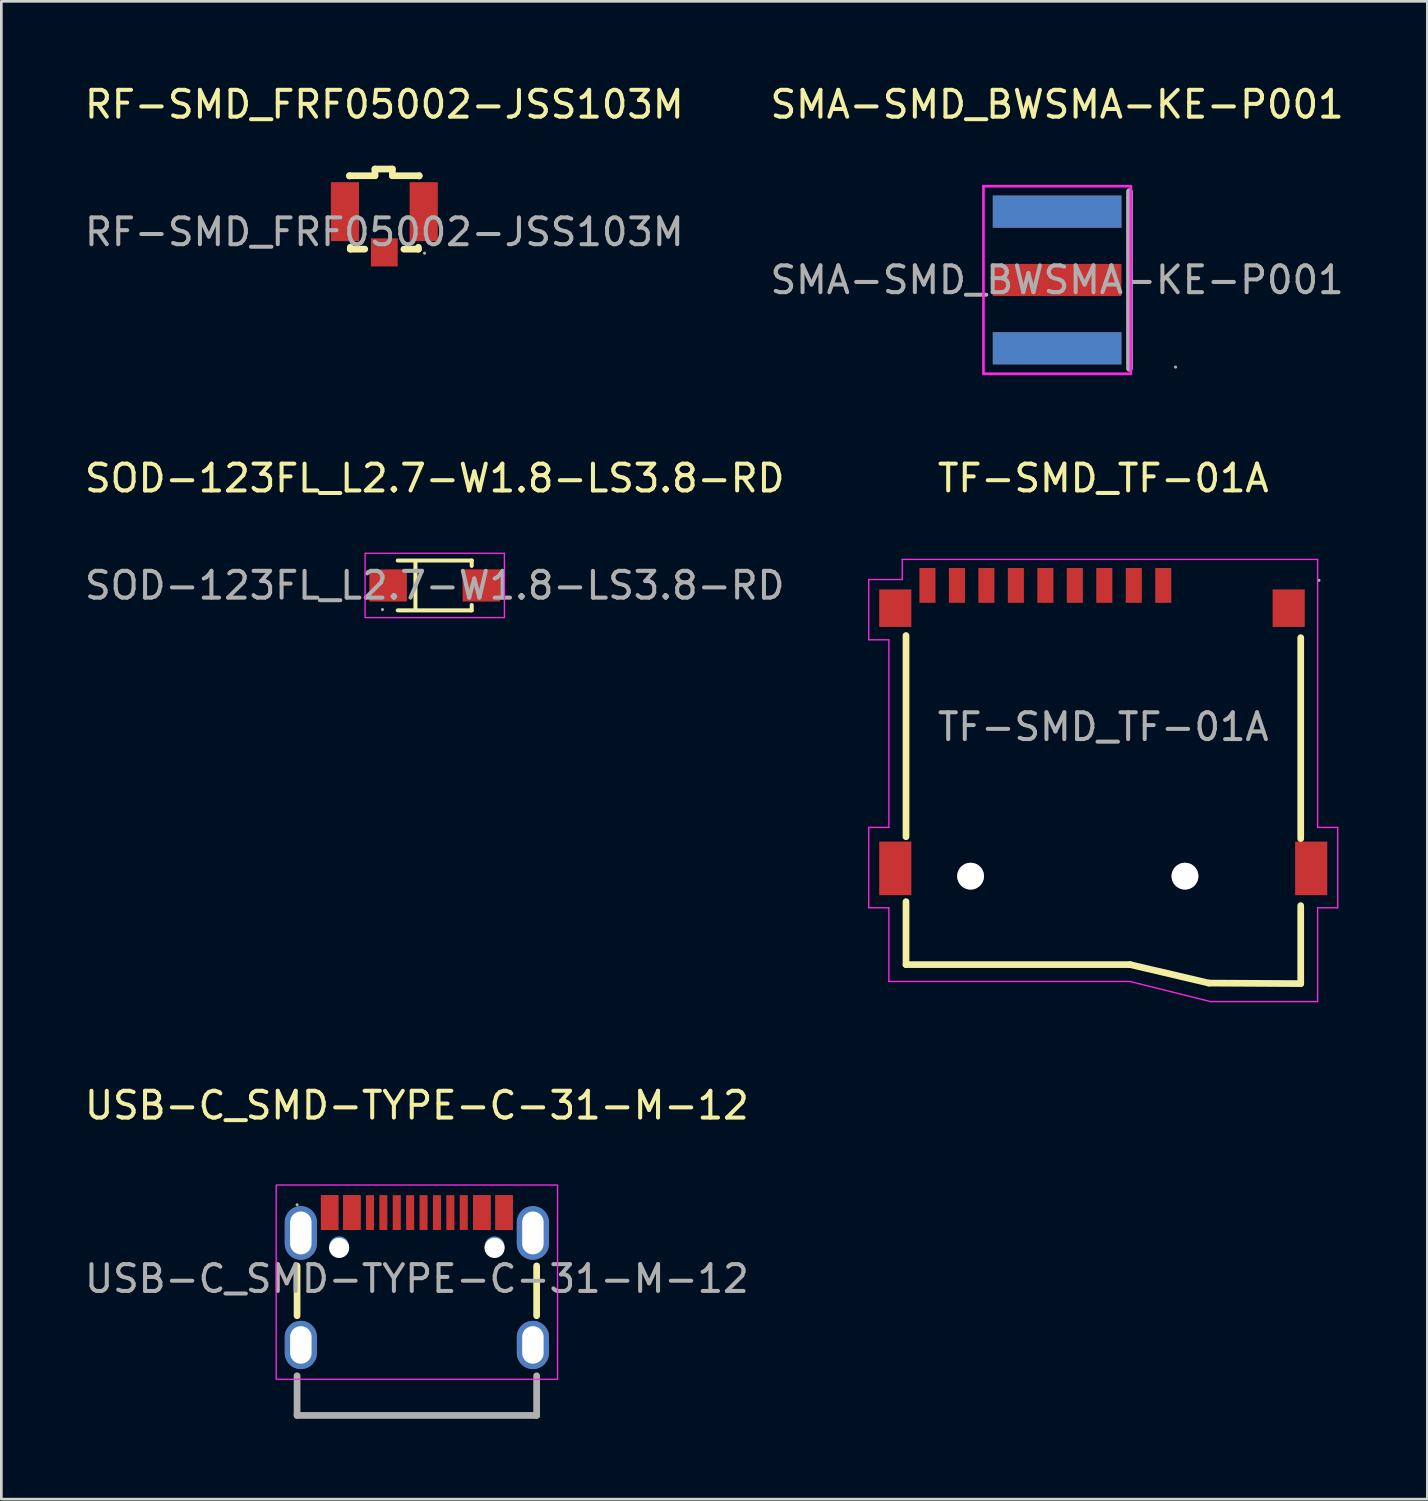
<source format=kicad_pcb>
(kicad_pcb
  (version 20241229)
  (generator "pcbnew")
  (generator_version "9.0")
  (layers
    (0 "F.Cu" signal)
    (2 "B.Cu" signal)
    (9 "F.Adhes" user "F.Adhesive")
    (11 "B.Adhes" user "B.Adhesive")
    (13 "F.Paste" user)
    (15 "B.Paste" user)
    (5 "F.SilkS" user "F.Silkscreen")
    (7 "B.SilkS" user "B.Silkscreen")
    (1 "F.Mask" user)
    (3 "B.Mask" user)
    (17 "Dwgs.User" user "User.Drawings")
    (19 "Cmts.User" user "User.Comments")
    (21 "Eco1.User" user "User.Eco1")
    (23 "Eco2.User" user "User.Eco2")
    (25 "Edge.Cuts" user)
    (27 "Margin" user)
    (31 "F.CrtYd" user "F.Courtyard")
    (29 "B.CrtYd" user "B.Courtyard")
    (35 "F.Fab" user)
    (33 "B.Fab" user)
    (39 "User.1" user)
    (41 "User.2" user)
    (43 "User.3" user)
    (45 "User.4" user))
  (footprint "SOD-123FL_L2.7-W1.8-LS3.8-RD"
    (layer "F.Cu")
    (at 13.173 18.797)
    (property "Reference" "SOD-123FL_L2.7-W1.8-LS3.8-RD" (at 0 -4 0) (layer "F.SilkS") (effects (font (size 1 1) (thickness 0.15))))
    (attr smd)
    (fp_line (start -1.38 -0.93) (end 1.38 -0.93) (stroke (width 0.15) (type solid)) (layer "F.SilkS"))
    (fp_line (start -1.38 0.93) (end 1.38 0.93) (stroke (width 0.15) (type solid)) (layer "F.SilkS"))
    (fp_line (start -0.72 -0.88) (end -0.72 0.88) (stroke (width 0.15) (type solid)) (layer "F.SilkS"))
    (fp_line (start 1.38 -0.93) (end 1.38 -0.73) (stroke (width 0.15) (type solid)) (layer "F.SilkS"))
    (fp_line (start 1.38 0.93) (end 1.38 0.73) (stroke (width 0.15) (type solid)) (layer "F.SilkS"))
    (fp_rect (start -2.6 -1.2) (end 2.6 1.2) (stroke (width 0.05) (type default)) (fill no) (layer "F.CrtYd"))
    (fp_circle (center -1.95 0.9) (end -1.92 0.9) (stroke (width 0.06) (type solid)) (fill no) (layer "F.Fab"))
    (fp_text user "${REFERENCE}" (at 0 0 0) (layer "F.Fab") (effects (font (size 1 1) (thickness 0.15))))
    (pad "1" smd rect (at -1.74 0) (size 1.4 1.2) (layers "F.Cu" "F.Mask" "F.Paste"))
    (pad "2" smd rect (at 1.74 0) (size 1.4 1.2) (layers "F.Cu" "F.Mask" "F.Paste")))
  (footprint "TF-SMD_TF-01A"
    (layer "F.Cu")
    (at 38.12 24.076)
    (property "Reference" "TF-SMD_TF-01A" (at 0 -9.28 0) (layer "F.SilkS") (effects (font (size 1 1) (thickness 0.15))))
    (attr smd)
    (fp_line (start -7.36 -3.41) (end -7.36 4.1) (stroke (width 0.25) (type solid)) (layer "F.SilkS"))
    (fp_line (start -7.36 6.52) (end -7.36 8.87) (stroke (width 0.25) (type solid)) (layer "F.SilkS"))
    (fp_line (start -7.36 8.87) (end 1 8.87) (stroke (width 0.25) (type solid)) (layer "F.SilkS"))
    (fp_line (start 1 8.87) (end 3.94 9.56) (stroke (width 0.25) (type solid)) (layer "F.SilkS"))
    (fp_line (start 7.37 4.17) (end 7.37 -3.33) (stroke (width 0.25) (type solid)) (layer "F.SilkS"))
    (fp_line (start 7.37 9.58) (end 3.94 9.56) (stroke (width 0.25) (type default)) (layer "F.SilkS"))
    (fp_line (start 7.37 9.58) (end 7.37 6.67) (stroke (width 0.25) (type solid)) (layer "F.SilkS"))
    (fp_circle (center -4.95 5.57) (end -4.75 5.57) (stroke (width 0.4) (type solid)) (fill no) (layer "Cmts.User"))
    (fp_circle (center 3.05 5.57) (end 3.25 5.57) (stroke (width 0.4) (type solid)) (fill no) (layer "Cmts.User"))
    (fp_line (start -8.75 -5.5) (end -8.75 -3.25) (stroke (width 0.05) (type default)) (layer "F.CrtYd"))
    (fp_line (start -8.75 -3.25) (end -8 -3.25) (stroke (width 0.05) (type default)) (layer "F.CrtYd"))
    (fp_line (start -8.75 3.75) (end -8.75 6.75) (stroke (width 0.05) (type default)) (layer "F.CrtYd"))
    (fp_line (start -8.75 6.75) (end -8 6.75) (stroke (width 0.05) (type default)) (layer "F.CrtYd"))
    (fp_line (start -8 -3.25) (end -8 3.75) (stroke (width 0.05) (type default)) (layer "F.CrtYd"))
    (fp_line (start -8 3.75) (end -8.75 3.75) (stroke (width 0.05) (type default)) (layer "F.CrtYd"))
    (fp_line (start -8 6.75) (end -8 9.5) (stroke (width 0.05) (type default)) (layer "F.CrtYd"))
    (fp_line (start -8 9.5) (end 1 9.5) (stroke (width 0.05) (type default)) (layer "F.CrtYd"))
    (fp_line (start -7.5 -6.25) (end -7.5 -5.5) (stroke (width 0.05) (type default)) (layer "F.CrtYd"))
    (fp_line (start -7.5 -5.5) (end -8.75 -5.5) (stroke (width 0.05) (type default)) (layer "F.CrtYd"))
    (fp_line (start 1 9.5) (end 4 10.25) (stroke (width 0.05) (type default)) (layer "F.CrtYd"))
    (fp_line (start 4 10.25) (end 8 10.25) (stroke (width 0.05) (type default)) (layer "F.CrtYd"))
    (fp_line (start 8 -6.25) (end -7.5 -6.25) (stroke (width 0.05) (type default)) (layer "F.CrtYd"))
    (fp_line (start 8 3.75) (end 8 -6.25) (stroke (width 0.05) (type default)) (layer "F.CrtYd"))
    (fp_line (start 8 6.75) (end 8.75 6.75) (stroke (width 0.05) (type default)) (layer "F.CrtYd"))
    (fp_line (start 8 10.25) (end 8 6.75) (stroke (width 0.05) (type default)) (layer "F.CrtYd"))
    (fp_line (start 8.75 3.75) (end 8 3.75) (stroke (width 0.05) (type default)) (layer "F.CrtYd"))
    (fp_line (start 8.75 6.75) (end 8.75 3.75) (stroke (width 0.05) (type default)) (layer "F.CrtYd"))
    (fp_circle (center 8.05 -5.47) (end 8.08 -5.47) (stroke (width 0.06) (type solid)) (fill no) (layer "F.Fab"))
    (fp_text user "${REFERENCE}" (at 0 0 0) (layer "F.Fab") (effects (font (size 1 1) (thickness 0.15))))
    (pad "" thru_hole circle (at -4.95 5.57) (size 1 1) (drill 1) (layers "*.Cu" "*.Mask"))
    (pad "" thru_hole circle (at 3.05 5.57) (size 1 1) (drill 1) (layers "*.Cu" "*.Mask"))
    (pad "1" smd rect (at 2.24 -5.28) (size 0.6 1.3) (layers "F.Cu" "F.Mask" "F.Paste"))
    (pad "2" smd rect (at 1.14 -5.28) (size 0.6 1.3) (layers "F.Cu" "F.Mask" "F.Paste"))
    (pad "3" smd rect (at 0.04 -5.28) (size 0.6 1.3) (layers "F.Cu" "F.Mask" "F.Paste"))
    (pad "4" smd rect (at -1.06 -5.28) (size 0.6 1.3) (layers "F.Cu" "F.Mask" "F.Paste"))
    (pad "5" smd rect (at -2.16 -5.28) (size 0.6 1.3) (layers "F.Cu" "F.Mask" "F.Paste"))
    (pad "6" smd rect (at -3.26 -5.28) (size 0.6 1.3) (layers "F.Cu" "F.Mask" "F.Paste"))
    (pad "7" smd rect (at -4.36 -5.28) (size 0.6 1.3) (layers "F.Cu" "F.Mask" "F.Paste"))
    (pad "8" smd rect (at -5.46 -5.28) (size 0.6 1.3) (layers "F.Cu" "F.Mask" "F.Paste"))
    (pad "9" smd rect (at -6.56 -5.28) (size 0.6 1.3) (layers "F.Cu" "F.Mask" "F.Paste"))
    (pad "10" smd rect (at -7.76 -4.43) (size 1.2 1.4) (layers "F.Cu" "F.Mask" "F.Paste"))
    (pad "11" smd rect (at -7.76 5.28) (size 1.2 2) (layers "F.Cu" "F.Mask" "F.Paste"))
    (pad "12" smd rect (at 7.76 5.28) (size 1.2 2) (layers "F.Cu" "F.Mask" "F.Paste"))
    (pad "13" smd rect (at 6.92 -4.43) (size 1.2 1.4) (layers "F.Cu" "F.Mask" "F.Paste")))
  (footprint "SMA-SMD_BWSMA-KE-P001"
    (layer "F.Cu")
    (at 36.399 7.398)
    (property "Reference" "SMA-SMD_BWSMA-KE-P001" (at 0 -6.55 0) (layer "F.SilkS") (effects (font (size 1 1) (thickness 0.15))))
    (attr smd)
    (fp_line (start -2.75 -3.5) (end -2.75 3.5) (stroke (width 0.1) (type default)) (layer "F.CrtYd"))
    (fp_line (start -2.75 3.5) (end 2.75 3.5) (stroke (width 0.1) (type default)) (layer "F.CrtYd"))
    (fp_line (start 2.75 -3.5) (end -2.75 -3.5) (stroke (width 0.1) (type default)) (layer "F.CrtYd"))
    (fp_line (start 2.75 3.5) (end 2.75 -3.5) (stroke (width 0.1) (type default)) (layer "F.CrtYd"))
    (fp_line (start 2.7 -3.3) (end 2.7 3.3) (stroke (width 0.25) (type solid)) (layer "F.Fab"))
    (fp_circle (center 4.42 3.25) (end 4.45 3.25) (stroke (width 0.06) (type solid)) (fill no) (layer "F.Fab"))
    (fp_text user "${REFERENCE}" (at 0 0 0) (layer "F.Fab") (effects (font (size 1 1) (thickness 0.15))))
    (pad "1" smd rect (at 0 2.55) (size 4.8 1.2) (layers "F.Cu" "F.Mask" "F.Paste"))
    (pad "2" smd rect (at 0 -2.55) (size 4.8 1.2) (layers "F.Cu" "F.Mask" "F.Paste"))
    (pad "3" smd rect (at 0 -2.55) (size 4.8 1.2) (layers "B.Cu" "B.Mask" "B.Paste"))
    (pad "4" smd rect (at 0 2.55) (size 4.8 1.2) (layers "B.Cu" "B.Mask" "B.Paste"))
    (pad "5" smd rect (at 0 0) (size 4.8 1.2) (layers "F.Cu" "F.Mask" "F.Paste")))
  (footprint "USB-C_SMD-TYPE-C-31-M-12"
    (layer "F.Cu")
    (at 12.506 44.67)
    (property "Reference" "USB-C_SMD-TYPE-C-31-M-12" (at 0 -6.47 0) (layer "F.SilkS") (effects (font (size 1 1) (thickness 0.15))))
    (attr smd)
    (fp_line (start -4.47 1.38) (end -4.47 -0.48) (stroke (width 0.25) (type solid)) (layer "F.SilkS"))
    (fp_line (start 4.47 1.38) (end 4.47 -0.48) (stroke (width 0.25) (type solid)) (layer "F.SilkS"))
    (fp_circle (center -2.9 -1.21) (end -2.78 -1.21) (stroke (width 0.25) (type solid)) (fill no) (layer "Cmts.User"))
    (fp_circle (center 2.9 -1.21) (end 3.02 -1.21) (stroke (width 0.25) (type solid)) (fill no) (layer "Cmts.User"))
    (fp_rect (start -5.25 -3.5) (end 5.25 3.75) (stroke (width 0.05) (type default)) (fill no) (layer "F.CrtYd"))
    (fp_line (start -4.47 5.1) (end -4.47 3.62) (stroke (width 0.25) (type solid)) (layer "F.Fab"))
    (fp_line (start 4.47 5.1) (end -4.47 5.1) (stroke (width 0.25) (type solid)) (layer "F.Fab"))
    (fp_line (start 4.47 5.1) (end 4.47 3.62) (stroke (width 0.25) (type solid)) (layer "F.Fab"))
    (fp_circle (center -4.47 -2.76) (end -4.44 -2.76) (stroke (width 0.06) (type solid)) (fill no) (layer "F.Fab"))
    (fp_text user "${REFERENCE}" (at 0 0 0) (layer "F.Fab") (effects (font (size 1 1) (thickness 0.15))))
    (pad "" np_thru_hole circle (at -2.9 -1.15) (size 0.75 0.75) (drill 0.75) (layers "*.Cu" "*.Mask"))
    (pad "" np_thru_hole circle (at 2.9 -1.15) (size 0.75 0.75) (drill 0.75) (layers "*.Cu" "*.Mask"))
    (pad "0" thru_hole oval (at -4.33 -1.71) (size 1.2 2) (drill oval 0.8 1.6) (layers "*.Cu" "*.Mask"))
    (pad "1" thru_hole oval (at 4.33 -1.71) (size 1.2 2) (drill oval 0.8 1.6) (layers "*.Cu" "*.Mask"))
    (pad "2" thru_hole oval (at 4.33 2.47) (size 1.2 1.8) (drill oval 0.8 1.4) (layers "*.Cu" "*.Mask"))
    (pad "3" thru_hole oval (at -4.33 2.47) (size 1.2 1.8) (drill oval 0.8 1.4) (layers "*.Cu" "*.Mask"))
    (pad "A1" smd rect (at -3.255 -2.47) (size 0.65 1.3) (layers "F.Cu" "F.Mask" "F.Paste"))
    (pad "A4" smd rect (at -2.425 -2.47) (size 0.65 1.3) (layers "F.Cu" "F.Mask" "F.Paste"))
    (pad "A5" smd rect (at -1.25 -2.47) (size 0.3 1.3) (layers "F.Cu" "F.Mask" "F.Paste"))
    (pad "A6" smd rect (at -0.25 -2.47) (size 0.3 1.3) (layers "F.Cu" "F.Mask" "F.Paste"))
    (pad "A7" smd rect (at 0.25 -2.47) (size 0.3 1.3) (layers "F.Cu" "F.Mask" "F.Paste"))
    (pad "A8" smd rect (at 1.25 -2.47) (size 0.3 1.3) (layers "F.Cu" "F.Mask" "F.Paste"))
    (pad "A9" smd rect (at 2.425 -2.47) (size 0.65 1.3) (layers "F.Cu" "F.Mask" "F.Paste"))
    (pad "A12" smd rect (at 3.255 -2.47) (size 0.65 1.3) (layers "F.Cu" "F.Mask" "F.Paste"))
    (pad "B1" smd rect (at 3.255 -2.47) (size 0.65 1.3) (layers "F.Cu" "F.Mask" "F.Paste"))
    (pad "B4" smd rect (at 2.425 -2.47) (size 0.65 1.3) (layers "F.Cu" "F.Mask" "F.Paste"))
    (pad "B5" smd rect (at 1.75 -2.47) (size 0.3 1.3) (layers "F.Cu" "F.Mask" "F.Paste"))
    (pad "B6" smd rect (at 0.75 -2.47) (size 0.3 1.3) (layers "F.Cu" "F.Mask" "F.Paste"))
    (pad "B7" smd rect (at -0.75 -2.47) (size 0.3 1.3) (layers "F.Cu" "F.Mask" "F.Paste"))
    (pad "B8" smd rect (at -1.75 -2.47) (size 0.3 1.3) (layers "F.Cu" "F.Mask" "F.Paste"))
    (pad "B9" smd rect (at -2.425 -2.47) (size 0.65 1.3) (layers "F.Cu" "F.Mask" "F.Paste"))
    (pad "B12" smd rect (at -3.255 -2.47) (size 0.65 1.3) (layers "F.Cu" "F.Mask" "F.Paste")))
  (footprint "RF-SMD_FRF05002-JSS103M"
    (layer "F.Cu")
    (at 11.292 5.608)
    (property "Reference" "RF-SMD_FRF05002-JSS103M" (at 0 -4.76 0) (layer "F.SilkS") (effects (font (size 1 1) (thickness 0.15))))
    (attr smd)
    (fp_line (start -1.3 -2.1) (end -0.35 -2.1) (stroke (width 0.25) (type solid)) (layer "F.SilkS"))
    (fp_line (start -1.3 -2.09) (end -1.3 -2.1) (stroke (width 0.25) (type solid)) (layer "F.SilkS"))
    (fp_line (start -1.27 0.57) (end -1.27 0.64) (stroke (width 0.25) (type solid)) (layer "F.SilkS"))
    (fp_line (start -1.27 0.64) (end -0.73 0.64) (stroke (width 0.25) (type solid)) (layer "F.SilkS"))
    (fp_line (start -0.35 -2.35) (end 0.3 -2.35) (stroke (width 0.25) (type solid)) (layer "F.SilkS"))
    (fp_line (start -0.35 -2.1) (end -0.35 -2.35) (stroke (width 0.25) (type solid)) (layer "F.SilkS"))
    (fp_line (start 0.3 -2.35) (end 0.3 -2.1) (stroke (width 0.25) (type solid)) (layer "F.SilkS"))
    (fp_line (start 0.3 -2.1) (end 1.3 -2.1) (stroke (width 0.25) (type solid)) (layer "F.SilkS"))
    (fp_line (start 0.73 0.64) (end 1.27 0.64) (stroke (width 0.25) (type solid)) (layer "F.SilkS"))
    (fp_line (start 1.27 0.64) (end 1.27 0.57) (stroke (width 0.25) (type solid)) (layer "F.SilkS"))
    (fp_line (start 1.3 -2.1) (end 1.3 -2.09) (stroke (width 0.25) (type solid)) (layer "F.SilkS"))
    (fp_circle (center 1.5 0.79) (end 1.53 0.79) (stroke (width 0.06) (type solid)) (fill no) (layer "F.Fab"))
    (fp_text user "${REFERENCE}" (at 0 0 0) (layer "F.Fab") (effects (font (size 1 1) (thickness 0.15))))
    (pad "1" smd rect (at 0 0.76) (size 1 1.05) (layers "F.Cu" "F.Mask" "F.Paste"))
    (pad "2" smd rect (at -1.47 -0.76) (size 1.05 2.2) (layers "F.Cu" "F.Mask" "F.Paste"))
    (pad "3" smd rect (at 1.47 -0.76) (size 1.05 2.2) (layers "F.Cu" "F.Mask" "F.Paste"))
    (zone (net_name "") (layers "F.Cu" "B.Cu") (hatch edge 0.5) (connect_pads) (min_thickness 0.25) (filled_areas_thickness no) (keepout (tracks not_allowed) (vias not_allowed) (pads not_allowed) (copperpour not_allowed) (footprints not_allowed)) (placement (enabled no)) (fill) (polygon (pts (xy 10.392 3.708) (xy 12.192 3.708) (xy 12.192 5.808) (xy 10.392 5.808)))))
  (gr_rect
    (start -3 -3)
    (end 50.214 52.895)
    (stroke (width 0.1) (type default))
    (fill no)
    (layer "Edge.Cuts")))
</source>
